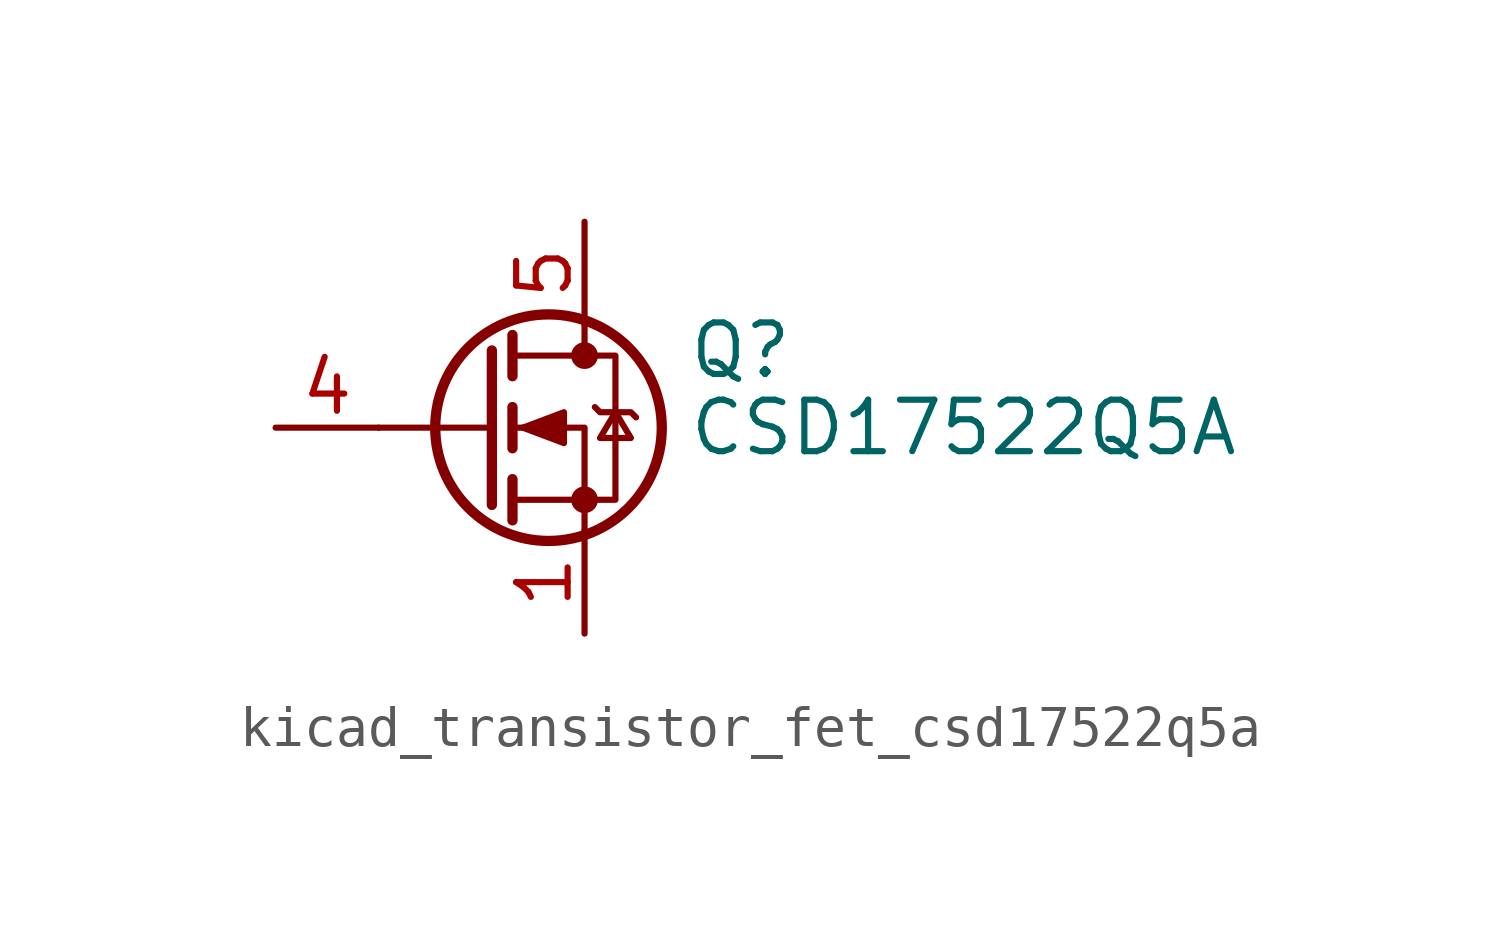
<source format=kicad_sym>
(kicad_symbol_lib
  (version 20220914)
  (generator kicad_symbol_editor)
  (symbol "kicad_transistor_fet_csd17522q5a"
    (pin_names hide)
    (property "Reference" "Q"
      (at 5.08 1.905 0)
      (effects (font (size 1.27 1.27)) (justify left)))
    (property "Value" "CSD17522Q5A"
      (at 5.08 0 0)
      (effects (font (size 1.27 1.27)) (justify left)))
    (symbol "kicad_transistor_fet_csd17522q5a_0_1"
      (polyline (pts (xy 0.254 0) (xy -2.54 0)) (stroke (width 0) (type default)) (fill (type none)))
      (polyline (pts (xy 0.254 1.905) (xy 0.254 -1.905)) (stroke (width 0.254) (type default)) (fill (type none)))
      (polyline (pts (xy 0.762 -1.27) (xy 0.762 -2.286)) (stroke (width 0.254) (type default)) (fill (type none)))
      (polyline (pts (xy 0.762 0.508) (xy 0.762 -0.508)) (stroke (width 0.254) (type default)) (fill (type none)))
      (polyline (pts (xy 0.762 2.286) (xy 0.762 1.27)) (stroke (width 0.254) (type default)) (fill (type none)))
      (polyline (pts (xy 2.54 2.54) (xy 2.54 1.778)) (stroke (width 0) (type default)) (fill (type none)))
      (polyline (pts (xy 2.54 -2.54) (xy 2.54 0) (xy 0.762 0)) (stroke (width 0) (type default)) (fill (type none)))
      (polyline (pts (xy 0.762 -1.778) (xy 3.302 -1.778) (xy 3.302 1.778) (xy 0.762 1.778)) (stroke (width 0) (type default)) (fill (type none)))
      (polyline (pts (xy 1.016 0) (xy 2.032 0.381) (xy 2.032 -0.381) (xy 1.016 0)) (stroke (width 0) (type default)) (fill (type outline)))
      (polyline (pts (xy 2.794 0.508) (xy 2.921 0.381) (xy 3.683 0.381) (xy 3.81 0.254)) (stroke (width 0) (type default)) (fill (type none)))
      (polyline (pts (xy 3.302 0.381) (xy 2.921 -0.254) (xy 3.683 -0.254) (xy 3.302 0.381)) (stroke (width 0) (type default)) (fill (type none)))
      (circle (center 1.651 0) (radius 2.794) (stroke (width 0.254) (type default)) (fill (type none)))
      (circle (center 2.54 -1.778) (radius 0.254) (stroke (width 0) (type default)) (fill (type outline)))
      (circle (center 2.54 1.778) (radius 0.254) (stroke (width 0) (type default)) (fill (type outline))))
    (symbol "kicad_transistor_fet_csd17522q5a_1_1"
      (pin passive line (at 2.54 -5.08 90) (length 2.54) (name "S" (effects (font (size 1.27 1.27)))) (number "1" (effects (font (size 1.27 1.27)))))
      (pin passive line (at 2.54 -5.08 90) (length 2.54) hide (name "S" (effects (font (size 1.27 1.27)))) (number "2" (effects (font (size 1.27 1.27)))))
      (pin passive line (at 2.54 -5.08 90) (length 2.54) hide (name "S" (effects (font (size 1.27 1.27)))) (number "3" (effects (font (size 1.27 1.27)))))
      (pin passive line (at -5.08 0 0) (length 2.54) (name "G" (effects (font (size 1.27 1.27)))) (number "4" (effects (font (size 1.27 1.27)))))
      (pin passive line (at 2.54 5.08 270) (length 2.54) (name "D" (effects (font (size 1.27 1.27)))) (number "5" (effects (font (size 1.27 1.27))))))))
</source>
